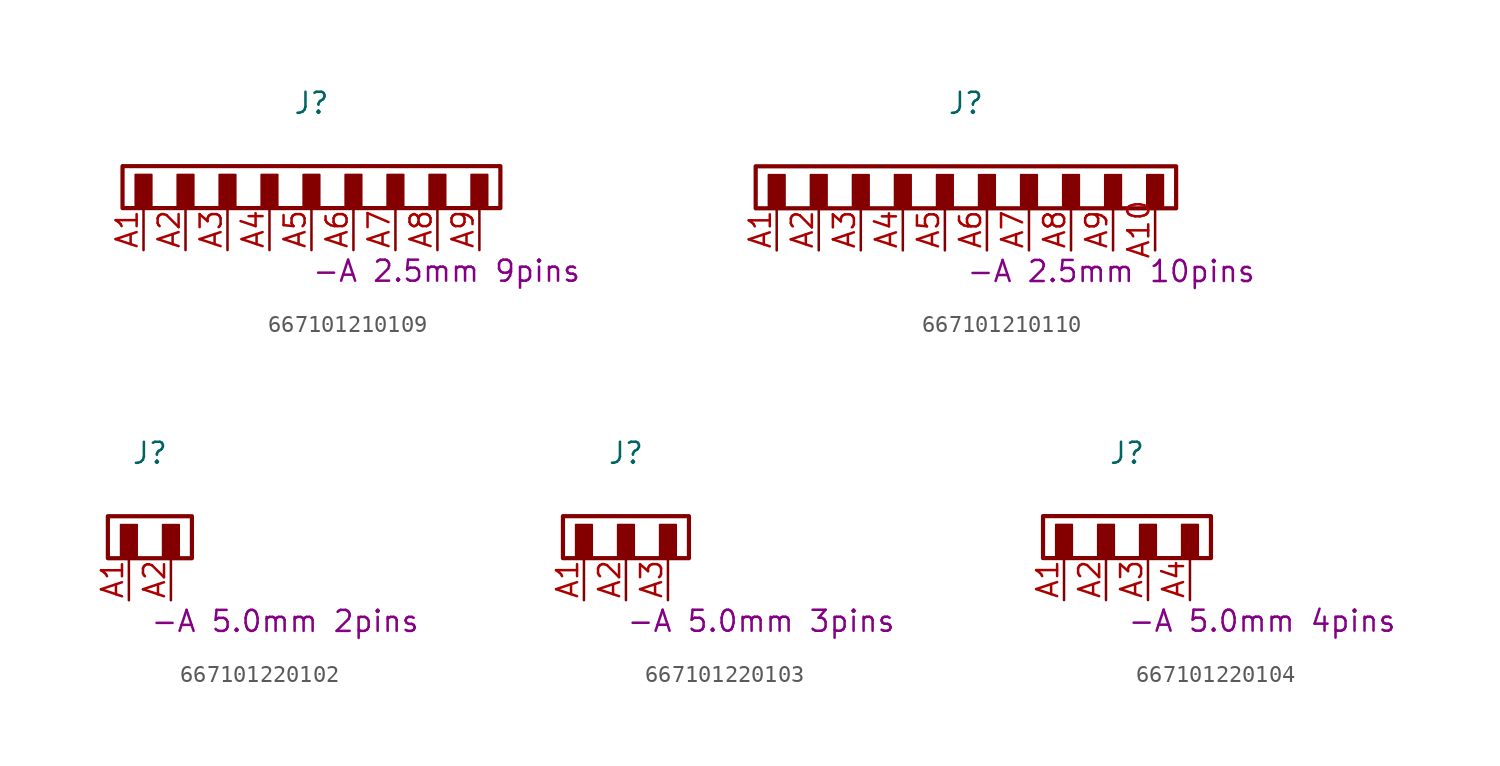
<source format=kicad_sym>
(kicad_symbol_lib
  (version 20220914)
  (generator kicad_symbol_editor)
  (symbol "667101210109"
    (pin_names hide)
    (property "Reference" "J"
      (at 0 5.08 0)
      (effects (font (size 1.27 1.27))))
    (property "Critical Parameter" "-A 2.5mm 9pins"
      (at 0 -5.08 0)
      (effects (font (size 1.27 1.27)) (justify left)))
    (symbol "667101210109_0_1"
      (rectangle (start -11.43 1.27) (end 11.43 -1.27) (stroke (width 0.254) (type default)) (fill (type none)))
      (rectangle (start -10.66 0.762) (end -9.66 -1.27) (stroke (width 0.1) (type default)) (fill (type outline)))
      (rectangle (start -8.12 0.762) (end -7.12 -1.27) (stroke (width 0.1) (type default)) (fill (type outline)))
      (rectangle (start -5.58 0.762) (end -4.58 -1.27) (stroke (width 0.1) (type default)) (fill (type outline)))
      (rectangle (start -3.04 0.762) (end -2.04 -1.27) (stroke (width 0.1) (type default)) (fill (type outline)))
      (rectangle (start -0.5 0.762) (end 0.5 -1.27) (stroke (width 0.1) (type default)) (fill (type outline)))
      (rectangle (start 2.04 0.762) (end 3.04 -1.27) (stroke (width 0.1) (type default)) (fill (type outline)))
      (rectangle (start 4.58 0.762) (end 5.58 -1.27) (stroke (width 0.1) (type default)) (fill (type outline)))
      (rectangle (start 7.12 0.762) (end 8.12 -1.27) (stroke (width 0.1) (type default)) (fill (type outline)))
      (rectangle (start 9.66 0.762) (end 10.66 -1.27) (stroke (width 0.1) (type default)) (fill (type outline))))
    (symbol "667101210109_1_1"
      (pin passive line (at -10.16 -3.81 90) (length 2.54) (name "A1" (effects (font (size 1.27 1.27)))) (number "A1" (effects (font (size 1.27 1.27)))))
      (pin passive line (at -10.16 -3.81 90) (length 2.54) hide (name "B1" (effects (font (size 1.27 1.27)))) (number "B1" (effects (font (size 1.27 1.27)))))
      (pin passive line (at -7.62 -3.81 90) (length 2.54) (name "A2" (effects (font (size 1.27 1.27)))) (number "A2" (effects (font (size 1.27 1.27)))))
      (pin passive line (at -7.62 -3.81 90) (length 2.54) hide (name "B2" (effects (font (size 1.27 1.27)))) (number "B2" (effects (font (size 1.27 1.27)))))
      (pin passive line (at -5.08 -3.81 90) (length 2.54) (name "A3" (effects (font (size 1.27 1.27)))) (number "A3" (effects (font (size 1.27 1.27)))))
      (pin passive line (at -5.08 -3.81 90) (length 2.54) hide (name "B3" (effects (font (size 1.27 1.27)))) (number "B3" (effects (font (size 1.27 1.27)))))
      (pin passive line (at -2.54 -3.81 90) (length 2.54) (name "A4" (effects (font (size 1.27 1.27)))) (number "A4" (effects (font (size 1.27 1.27)))))
      (pin passive line (at -2.54 -3.81 90) (length 2.54) hide (name "B4" (effects (font (size 1.27 1.27)))) (number "B4" (effects (font (size 1.27 1.27)))))
      (pin passive line (at 0.0 -3.81 90) (length 2.54) (name "A5" (effects (font (size 1.27 1.27)))) (number "A5" (effects (font (size 1.27 1.27)))))
      (pin passive line (at 0.0 -3.81 90) (length 2.54) hide (name "B5" (effects (font (size 1.27 1.27)))) (number "B5" (effects (font (size 1.27 1.27)))))
      (pin passive line (at 2.54 -3.81 90) (length 2.54) (name "A6" (effects (font (size 1.27 1.27)))) (number "A6" (effects (font (size 1.27 1.27)))))
      (pin passive line (at 2.54 -3.81 90) (length 2.54) hide (name "B6" (effects (font (size 1.27 1.27)))) (number "B6" (effects (font (size 1.27 1.27)))))
      (pin passive line (at 5.08 -3.81 90) (length 2.54) (name "A7" (effects (font (size 1.27 1.27)))) (number "A7" (effects (font (size 1.27 1.27)))))
      (pin passive line (at 5.08 -3.81 90) (length 2.54) hide (name "B7" (effects (font (size 1.27 1.27)))) (number "B7" (effects (font (size 1.27 1.27)))))
      (pin passive line (at 7.62 -3.81 90) (length 2.54) (name "A8" (effects (font (size 1.27 1.27)))) (number "A8" (effects (font (size 1.27 1.27)))))
      (pin passive line (at 7.62 -3.81 90) (length 2.54) hide (name "B8" (effects (font (size 1.27 1.27)))) (number "B8" (effects (font (size 1.27 1.27)))))
      (pin passive line (at 10.16 -3.81 90) (length 2.54) (name "A9" (effects (font (size 1.27 1.27)))) (number "A9" (effects (font (size 1.27 1.27)))))
      (pin passive line (at 10.16 -3.81 90) (length 2.54) hide (name "B9" (effects (font (size 1.27 1.27)))) (number "B9" (effects (font (size 1.27 1.27)))))))
  (symbol "667101210110"
    (pin_names hide)
    (property "Reference" "J"
      (at 0 5.08 0)
      (effects (font (size 1.27 1.27))))
    (property "Critical Parameter" "-A 2.5mm 10pins"
      (at 0 -5.08 0)
      (effects (font (size 1.27 1.27)) (justify left)))
    (symbol "667101210110_0_1"
      (rectangle (start -12.7 1.27) (end 12.7 -1.27) (stroke (width 0.254) (type default)) (fill (type none)))
      (rectangle (start -11.93 0.762) (end -10.93 -1.27) (stroke (width 0.1) (type default)) (fill (type outline)))
      (rectangle (start -9.39 0.762) (end -8.39 -1.27) (stroke (width 0.1) (type default)) (fill (type outline)))
      (rectangle (start -6.85 0.762) (end -5.85 -1.27) (stroke (width 0.1) (type default)) (fill (type outline)))
      (rectangle (start -4.31 0.762) (end -3.31 -1.27) (stroke (width 0.1) (type default)) (fill (type outline)))
      (rectangle (start -1.77 0.762) (end -0.77 -1.27) (stroke (width 0.1) (type default)) (fill (type outline)))
      (rectangle (start 0.77 0.762) (end 1.77 -1.27) (stroke (width 0.1) (type default)) (fill (type outline)))
      (rectangle (start 3.31 0.762) (end 4.31 -1.27) (stroke (width 0.1) (type default)) (fill (type outline)))
      (rectangle (start 5.85 0.762) (end 6.85 -1.27) (stroke (width 0.1) (type default)) (fill (type outline)))
      (rectangle (start 8.39 0.762) (end 9.39 -1.27) (stroke (width 0.1) (type default)) (fill (type outline)))
      (rectangle (start 10.93 0.762) (end 11.93 -1.27) (stroke (width 0.1) (type default)) (fill (type outline))))
    (symbol "667101210110_1_1"
      (pin passive line (at -11.43 -3.81 90) (length 2.54) (name "A1" (effects (font (size 1.27 1.27)))) (number "A1" (effects (font (size 1.27 1.27)))))
      (pin passive line (at -11.43 -3.81 90) (length 2.54) hide (name "B1" (effects (font (size 1.27 1.27)))) (number "B1" (effects (font (size 1.27 1.27)))))
      (pin passive line (at -8.89 -3.81 90) (length 2.54) (name "A2" (effects (font (size 1.27 1.27)))) (number "A2" (effects (font (size 1.27 1.27)))))
      (pin passive line (at -8.89 -3.81 90) (length 2.54) hide (name "B2" (effects (font (size 1.27 1.27)))) (number "B2" (effects (font (size 1.27 1.27)))))
      (pin passive line (at -6.35 -3.81 90) (length 2.54) (name "A3" (effects (font (size 1.27 1.27)))) (number "A3" (effects (font (size 1.27 1.27)))))
      (pin passive line (at -6.35 -3.81 90) (length 2.54) hide (name "B3" (effects (font (size 1.27 1.27)))) (number "B3" (effects (font (size 1.27 1.27)))))
      (pin passive line (at -3.81 -3.81 90) (length 2.54) (name "A4" (effects (font (size 1.27 1.27)))) (number "A4" (effects (font (size 1.27 1.27)))))
      (pin passive line (at -3.81 -3.81 90) (length 2.54) hide (name "B4" (effects (font (size 1.27 1.27)))) (number "B4" (effects (font (size 1.27 1.27)))))
      (pin passive line (at -1.27 -3.81 90) (length 2.54) (name "A5" (effects (font (size 1.27 1.27)))) (number "A5" (effects (font (size 1.27 1.27)))))
      (pin passive line (at -1.27 -3.81 90) (length 2.54) hide (name "B5" (effects (font (size 1.27 1.27)))) (number "B5" (effects (font (size 1.27 1.27)))))
      (pin passive line (at 1.27 -3.81 90) (length 2.54) (name "A6" (effects (font (size 1.27 1.27)))) (number "A6" (effects (font (size 1.27 1.27)))))
      (pin passive line (at 1.27 -3.81 90) (length 2.54) hide (name "B6" (effects (font (size 1.27 1.27)))) (number "B6" (effects (font (size 1.27 1.27)))))
      (pin passive line (at 3.81 -3.81 90) (length 2.54) (name "A7" (effects (font (size 1.27 1.27)))) (number "A7" (effects (font (size 1.27 1.27)))))
      (pin passive line (at 3.81 -3.81 90) (length 2.54) hide (name "B7" (effects (font (size 1.27 1.27)))) (number "B7" (effects (font (size 1.27 1.27)))))
      (pin passive line (at 6.35 -3.81 90) (length 2.54) (name "A8" (effects (font (size 1.27 1.27)))) (number "A8" (effects (font (size 1.27 1.27)))))
      (pin passive line (at 6.35 -3.81 90) (length 2.54) hide (name "B8" (effects (font (size 1.27 1.27)))) (number "B8" (effects (font (size 1.27 1.27)))))
      (pin passive line (at 8.89 -3.81 90) (length 2.54) (name "A9" (effects (font (size 1.27 1.27)))) (number "A9" (effects (font (size 1.27 1.27)))))
      (pin passive line (at 8.89 -3.81 90) (length 2.54) hide (name "B9" (effects (font (size 1.27 1.27)))) (number "B9" (effects (font (size 1.27 1.27)))))
      (pin passive line (at 11.43 -3.81 90) (length 2.54) (name "A10" (effects (font (size 1.27 1.27)))) (number "A10" (effects (font (size 1.27 1.27)))))
      (pin passive line (at 11.43 -3.81 90) (length 2.54) hide (name "B10" (effects (font (size 1.27 1.27)))) (number "B10" (effects (font (size 1.27 1.27)))))))
  (symbol "667101220102"
    (pin_names hide)
    (property "Reference" "J"
      (at 0 5.08 0)
      (effects (font (size 1.27 1.27))))
    (property "Critical Parameter" "-A 5.0mm 2pins"
      (at 0 -5.08 0)
      (effects (font (size 1.27 1.27)) (justify left)))
    (symbol "667101220102_0_1"
      (rectangle (start -2.54 1.27) (end 2.54 -1.27) (stroke (width 0.254) (type default)) (fill (type none)))
      (rectangle (start -1.77 0.762) (end -0.77 -1.27) (stroke (width 0.1) (type default)) (fill (type outline)))
      (rectangle (start 0.77 0.762) (end 1.77 -1.27) (stroke (width 0.1) (type default)) (fill (type outline))))
    (symbol "667101220102_1_1"
      (pin passive line (at -1.27 -3.81 90) (length 2.54) (name "A1" (effects (font (size 1.27 1.27)))) (number "A1" (effects (font (size 1.27 1.27)))))
      (pin passive line (at -1.27 -3.81 90) (length 2.54) hide (name "B1" (effects (font (size 1.27 1.27)))) (number "B1" (effects (font (size 1.27 1.27)))))
      (pin passive line (at 1.27 -3.81 90) (length 2.54) (name "A2" (effects (font (size 1.27 1.27)))) (number "A2" (effects (font (size 1.27 1.27)))))
      (pin passive line (at 1.27 -3.81 90) (length 2.54) hide (name "B2" (effects (font (size 1.27 1.27)))) (number "B2" (effects (font (size 1.27 1.27)))))))
  (symbol "667101220103"
    (pin_names hide)
    (property "Reference" "J"
      (at 0 5.08 0)
      (effects (font (size 1.27 1.27))))
    (property "Critical Parameter" "-A 5.0mm 3pins"
      (at 0 -5.08 0)
      (effects (font (size 1.27 1.27)) (justify left)))
    (symbol "667101220103_0_1"
      (rectangle (start -3.81 1.27) (end 3.81 -1.27) (stroke (width 0.254) (type default)) (fill (type none)))
      (rectangle (start -3.04 0.762) (end -2.04 -1.27) (stroke (width 0.1) (type default)) (fill (type outline)))
      (rectangle (start -0.5 0.762) (end 0.5 -1.27) (stroke (width 0.1) (type default)) (fill (type outline)))
      (rectangle (start 2.04 0.762) (end 3.04 -1.27) (stroke (width 0.1) (type default)) (fill (type outline))))
    (symbol "667101220103_1_1"
      (pin passive line (at -2.54 -3.81 90) (length 2.54) (name "A1" (effects (font (size 1.27 1.27)))) (number "A1" (effects (font (size 1.27 1.27)))))
      (pin passive line (at -2.54 -3.81 90) (length 2.54) hide (name "B1" (effects (font (size 1.27 1.27)))) (number "B1" (effects (font (size 1.27 1.27)))))
      (pin passive line (at 0.0 -3.81 90) (length 2.54) (name "A2" (effects (font (size 1.27 1.27)))) (number "A2" (effects (font (size 1.27 1.27)))))
      (pin passive line (at 0.0 -3.81 90) (length 2.54) hide (name "B2" (effects (font (size 1.27 1.27)))) (number "B2" (effects (font (size 1.27 1.27)))))
      (pin passive line (at 2.54 -3.81 90) (length 2.54) (name "A3" (effects (font (size 1.27 1.27)))) (number "A3" (effects (font (size 1.27 1.27)))))
      (pin passive line (at 2.54 -3.81 90) (length 2.54) hide (name "B3" (effects (font (size 1.27 1.27)))) (number "B3" (effects (font (size 1.27 1.27)))))))
  (symbol "667101220104"
    (pin_names hide)
    (property "Reference" "J"
      (at 0 5.08 0)
      (effects (font (size 1.27 1.27))))
    (property "Critical Parameter" "-A 5.0mm 4pins"
      (at 0 -5.08 0)
      (effects (font (size 1.27 1.27)) (justify left)))
    (symbol "667101220104_0_1"
      (rectangle (start -5.08 1.27) (end 5.08 -1.27) (stroke (width 0.254) (type default)) (fill (type none)))
      (rectangle (start -4.31 0.762) (end -3.31 -1.27) (stroke (width 0.1) (type default)) (fill (type outline)))
      (rectangle (start -1.77 0.762) (end -0.77 -1.27) (stroke (width 0.1) (type default)) (fill (type outline)))
      (rectangle (start 0.77 0.762) (end 1.77 -1.27) (stroke (width 0.1) (type default)) (fill (type outline)))
      (rectangle (start 3.31 0.762) (end 4.31 -1.27) (stroke (width 0.1) (type default)) (fill (type outline))))
    (symbol "667101220104_1_1"
      (pin passive line (at -3.81 -3.81 90) (length 2.54) (name "A1" (effects (font (size 1.27 1.27)))) (number "A1" (effects (font (size 1.27 1.27)))))
      (pin passive line (at -3.81 -3.81 90) (length 2.54) hide (name "B1" (effects (font (size 1.27 1.27)))) (number "B1" (effects (font (size 1.27 1.27)))))
      (pin passive line (at -1.27 -3.81 90) (length 2.54) (name "A2" (effects (font (size 1.27 1.27)))) (number "A2" (effects (font (size 1.27 1.27)))))
      (pin passive line (at -1.27 -3.81 90) (length 2.54) hide (name "B2" (effects (font (size 1.27 1.27)))) (number "B2" (effects (font (size 1.27 1.27)))))
      (pin passive line (at 1.27 -3.81 90) (length 2.54) (name "A3" (effects (font (size 1.27 1.27)))) (number "A3" (effects (font (size 1.27 1.27)))))
      (pin passive line (at 1.27 -3.81 90) (length 2.54) hide (name "B3" (effects (font (size 1.27 1.27)))) (number "B3" (effects (font (size 1.27 1.27)))))
      (pin passive line (at 3.81 -3.81 90) (length 2.54) (name "A4" (effects (font (size 1.27 1.27)))) (number "A4" (effects (font (size 1.27 1.27)))))
      (pin passive line (at 3.81 -3.81 90) (length 2.54) hide (name "B4" (effects (font (size 1.27 1.27)))) (number "B4" (effects (font (size 1.27 1.27))))))))
</source>
